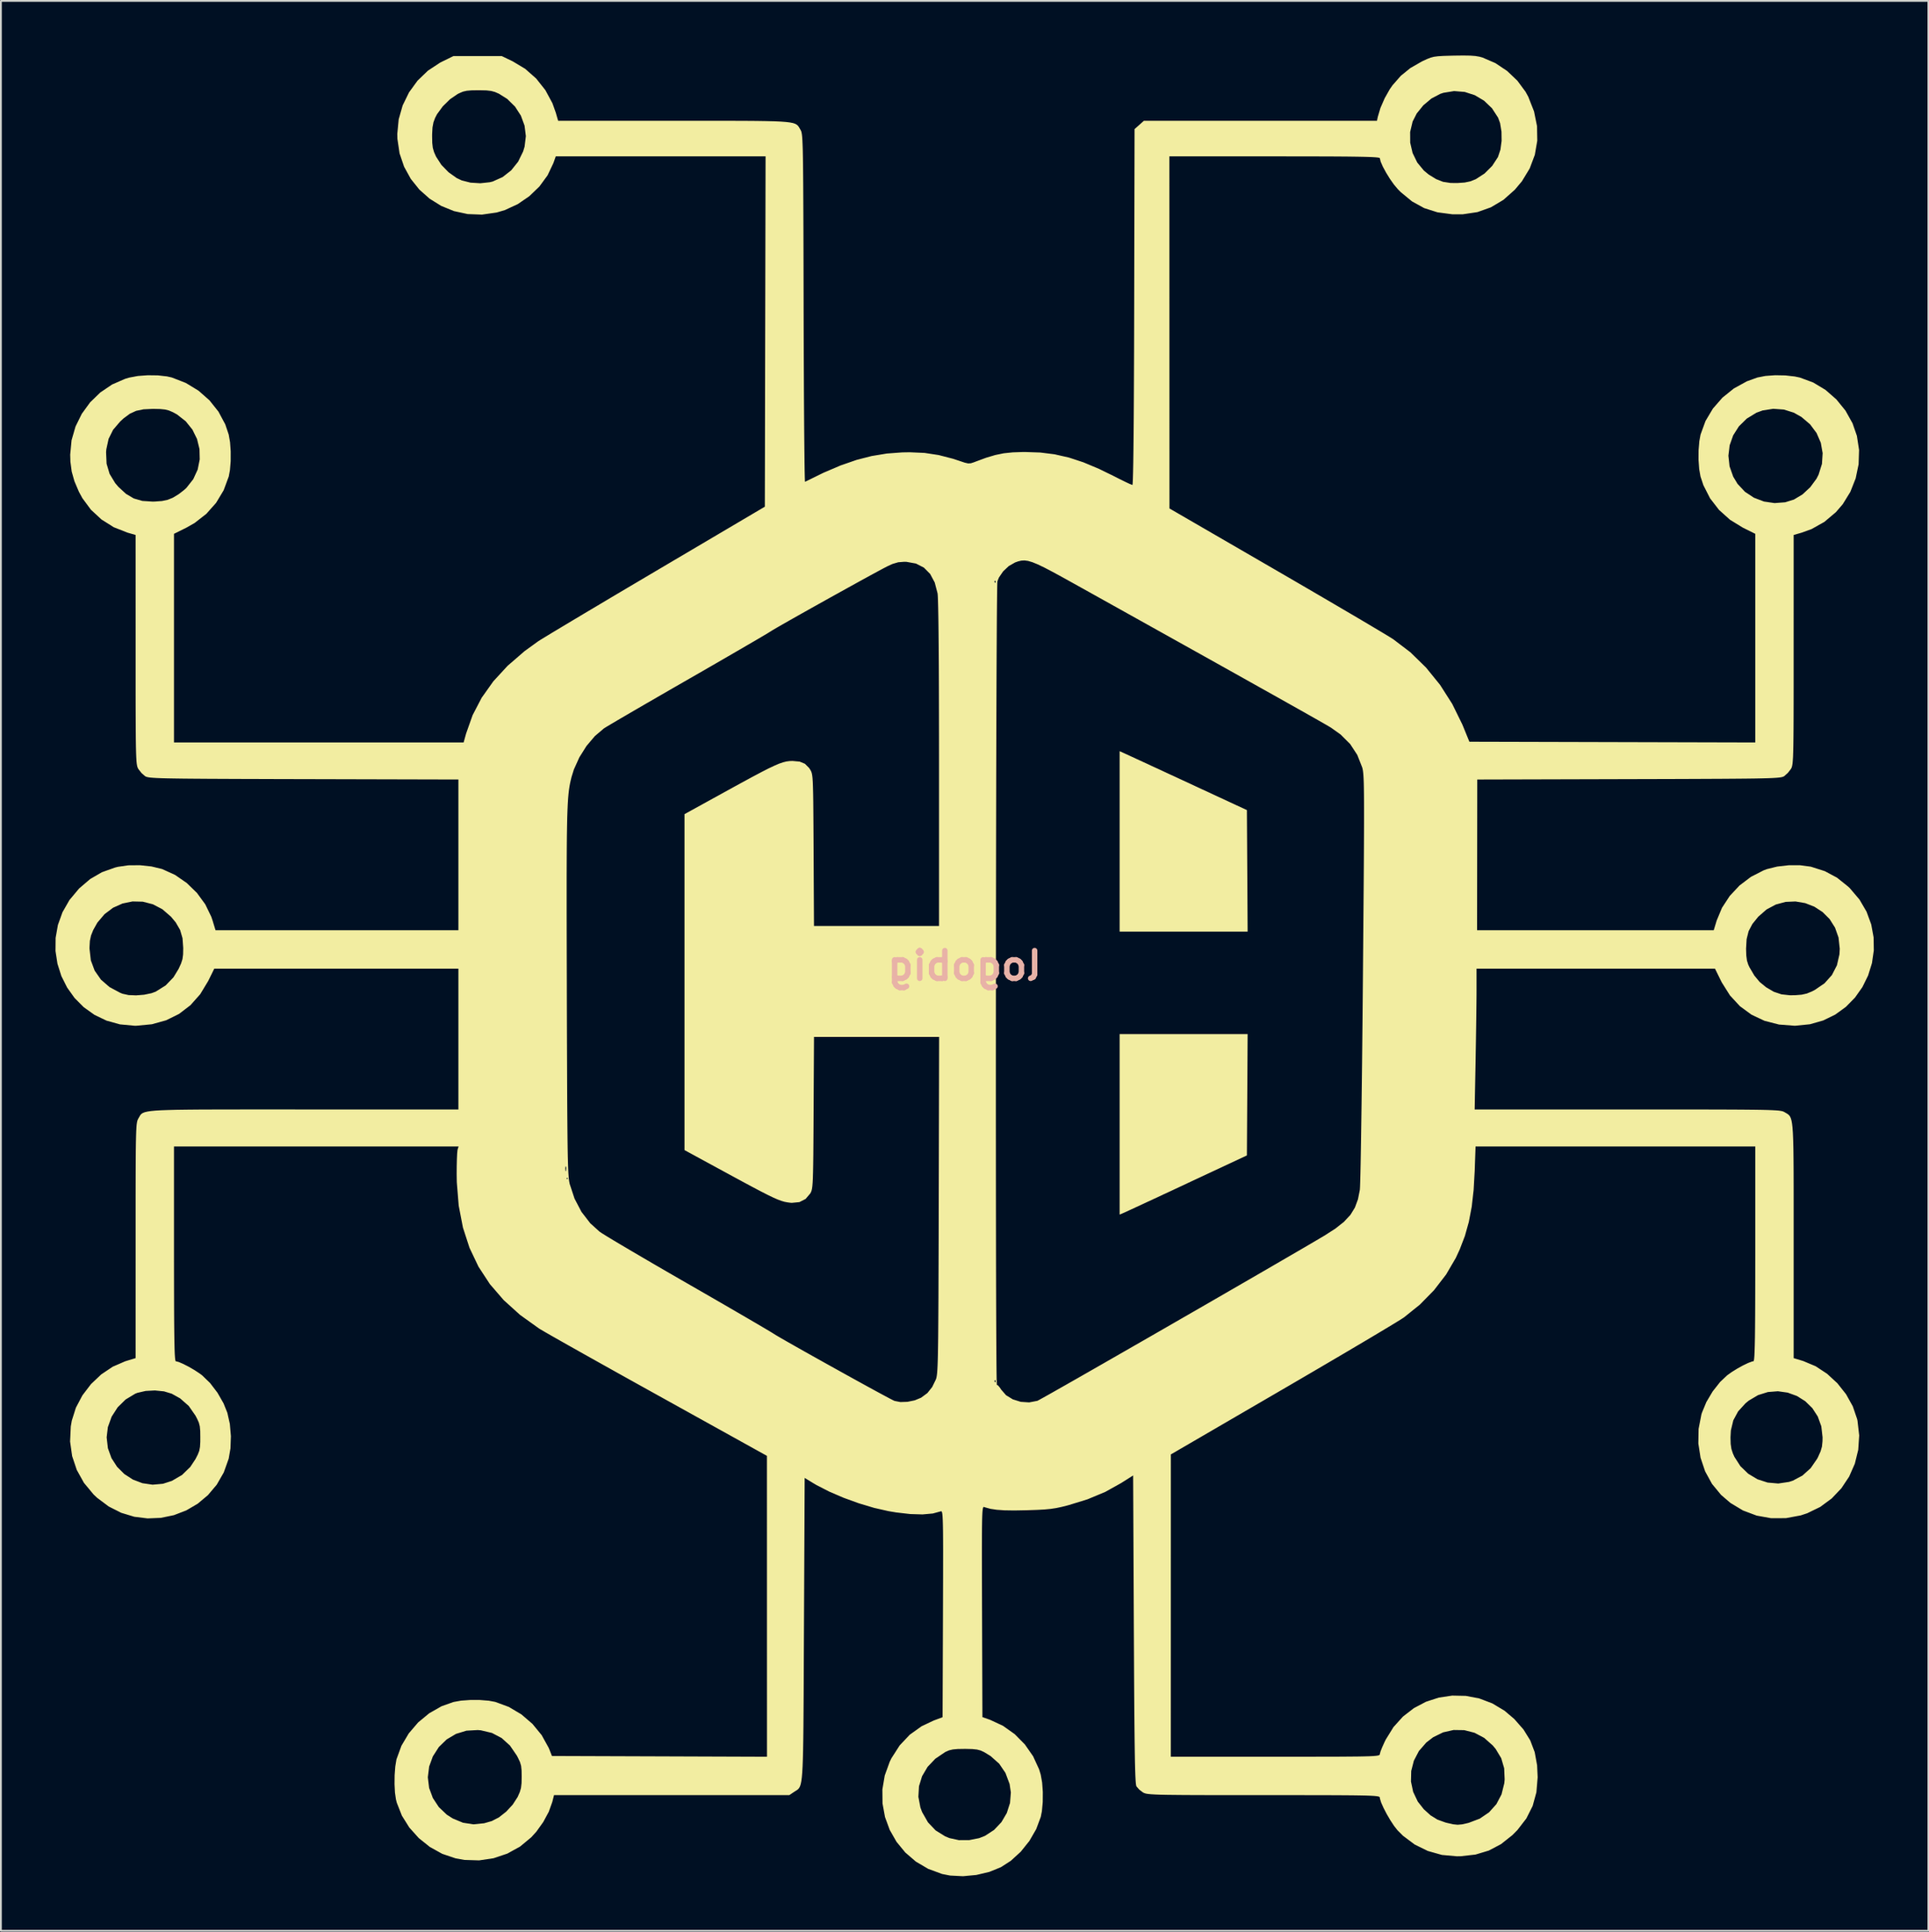
<source format=kicad_pcb>
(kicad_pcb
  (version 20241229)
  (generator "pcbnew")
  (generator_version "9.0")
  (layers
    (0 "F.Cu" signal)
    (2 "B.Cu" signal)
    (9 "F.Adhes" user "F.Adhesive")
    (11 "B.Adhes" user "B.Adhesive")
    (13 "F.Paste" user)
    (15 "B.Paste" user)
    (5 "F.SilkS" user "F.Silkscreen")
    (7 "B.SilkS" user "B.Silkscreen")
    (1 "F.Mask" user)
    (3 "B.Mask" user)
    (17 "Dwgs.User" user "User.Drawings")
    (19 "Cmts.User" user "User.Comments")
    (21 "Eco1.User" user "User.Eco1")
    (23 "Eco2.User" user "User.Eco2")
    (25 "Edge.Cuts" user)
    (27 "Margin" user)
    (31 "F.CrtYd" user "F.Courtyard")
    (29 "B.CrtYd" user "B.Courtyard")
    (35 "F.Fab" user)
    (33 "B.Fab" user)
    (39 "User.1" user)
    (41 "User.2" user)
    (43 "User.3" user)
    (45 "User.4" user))
  (footprint "logobig"
    (layer "F.Cu")
    (at 49.967 50.011)
    (property "Reference" "logobig" (at 0 0 0) (layer "B.SilkS") (effects (font (size 1.524 1.524) (thickness 0.3)) (justify mirror)))
    (attr board_only exclude_from_pos_files exclude_from_bom)
    (fp_poly (pts (xy 9.203 -11.478) (xy 9.429 -11.374) (xy 9.776 -11.214) (xy 10.224 -11.006) (xy 10.754 -10.761) (xy 11.343 -10.488) (xy 11.973 -10.197) (xy 12.622 -9.896) (xy 12.7 -9.859) (xy 15.514 -8.554) (xy 15.534 -5.215) (xy 15.554 -1.876) (xy 8.519 -1.876) (xy 8.519 -11.792)) (stroke (width 0) (type solid)) (fill yes) (layer "F.SilkS"))
    (fp_poly (pts (xy 15.534 7.085) (xy 15.514 10.418) (xy 12.27 11.934) (xy 11.597 12.249) (xy 10.959 12.546) (xy 10.374 12.819) (xy 9.856 13.06) (xy 9.42 13.262) (xy 9.083 13.418) (xy 8.859 13.521) (xy 8.773 13.56) (xy 8.519 13.669) (xy 8.519 3.751) (xy 15.554 3.751)) (stroke (width 0) (type solid)) (fill yes) (layer "F.SilkS"))
    (fp_poly (pts (xy 27.782 -50.005) (xy 28.068 -49.984) (xy 28.296 -49.945) (xy 28.469 -49.897) (xy 29.17 -49.594) (xy 29.815 -49.163) (xy 30.377 -48.63) (xy 30.829 -48.019) (xy 30.979 -47.744) (xy 31.295 -46.94) (xy 31.459 -46.132) (xy 31.473 -45.332) (xy 31.338 -44.553) (xy 31.057 -43.806) (xy 30.63 -43.103) (xy 30.236 -42.634) (xy 29.612 -42.081) (xy 28.927 -41.672) (xy 28.182 -41.407) (xy 27.378 -41.287) (xy 26.807 -41.287) (xy 25.988 -41.396) (xy 25.255 -41.629) (xy 24.587 -41.997) (xy 23.967 -42.508) (xy 23.808 -42.668) (xy 23.596 -42.921) (xy 23.374 -43.235) (xy 23.165 -43.574) (xy 22.988 -43.9) (xy 22.867 -44.177) (xy 22.821 -44.368) (xy 22.821 -44.37) (xy 22.794 -44.389) (xy 22.707 -44.406) (xy 22.551 -44.42) (xy 22.317 -44.433) (xy 21.995 -44.443) (xy 21.577 -44.451) (xy 21.054 -44.458) (xy 20.416 -44.463) (xy 19.655 -44.466) (xy 18.76 -44.468) (xy 17.724 -44.469) (xy 17.038 -44.47) (xy 11.254 -44.47) (xy 11.256 -34.798) (xy 11.258 -25.126) (xy 17.058 -21.766) (xy 17.951 -21.248) (xy 18.818 -20.743) (xy 19.648 -20.259) (xy 20.43 -19.801) (xy 21.152 -19.378) (xy 21.803 -18.995) (xy 22.371 -18.658) (xy 22.845 -18.376) (xy 23.214 -18.154) (xy 23.465 -18) (xy 23.556 -17.942) (xy 24.496 -17.227) (xy 25.358 -16.386) (xy 26.13 -15.435) (xy 26.798 -14.389) (xy 27.351 -13.264) (xy 27.407 -13.13) (xy 27.742 -12.309) (xy 35.598 -12.289) (xy 43.454 -12.269) (xy 43.454 -23.733) (xy 42.776 -24.069) (xy 42.069 -24.502) (xy 41.463 -25.045) (xy 40.97 -25.683) (xy 40.604 -26.401) (xy 40.443 -26.886) (xy 40.371 -27.296) (xy 40.336 -27.797) (xy 40.337 -28.024) (xy 41.978 -28.024) (xy 42.041 -27.442) (xy 42.241 -26.874) (xy 42.481 -26.476) (xy 42.887 -26.042) (xy 43.381 -25.716) (xy 43.934 -25.506) (xy 44.516 -25.42) (xy 45.099 -25.465) (xy 45.582 -25.617) (xy 46.05 -25.898) (xy 46.476 -26.293) (xy 46.818 -26.758) (xy 46.934 -26.984) (xy 47.119 -27.573) (xy 47.157 -28.163) (xy 47.056 -28.736) (xy 46.823 -29.271) (xy 46.466 -29.749) (xy 45.994 -30.151) (xy 45.573 -30.389) (xy 45.026 -30.56) (xy 44.44 -30.601) (xy 43.862 -30.512) (xy 43.52 -30.388) (xy 42.984 -30.061) (xy 42.555 -29.639) (xy 42.241 -29.145) (xy 42.047 -28.599) (xy 41.978 -28.024) (xy 40.337 -28.024) (xy 40.339 -28.327) (xy 40.38 -28.824) (xy 40.447 -29.186) (xy 40.72 -29.933) (xy 41.126 -30.614) (xy 41.65 -31.214) (xy 42.276 -31.718) (xy 42.989 -32.11) (xy 43.571 -32.321) (xy 44.015 -32.407) (xy 44.547 -32.445) (xy 45.106 -32.435) (xy 45.632 -32.376) (xy 45.909 -32.317) (xy 46.643 -32.044) (xy 47.317 -31.638) (xy 47.912 -31.117) (xy 48.413 -30.5) (xy 48.8 -29.805) (xy 49.04 -29.115) (xy 49.159 -28.341) (xy 49.134 -27.554) (xy 48.972 -26.778) (xy 48.68 -26.039) (xy 48.265 -25.364) (xy 47.887 -24.924) (xy 47.253 -24.389) (xy 46.551 -23.994) (xy 46.013 -23.799) (xy 45.564 -23.67) (xy 45.563 -17.364) (xy 45.563 -16.223) (xy 45.563 -15.228) (xy 45.562 -14.369) (xy 45.56 -13.634) (xy 45.557 -13.014) (xy 45.552 -12.498) (xy 45.546 -12.075) (xy 45.538 -11.736) (xy 45.529 -11.47) (xy 45.516 -11.265) (xy 45.502 -11.113) (xy 45.484 -11.002) (xy 45.464 -10.921) (xy 45.44 -10.862) (xy 45.413 -10.812) (xy 45.411 -10.809) (xy 45.244 -10.596) (xy 45.051 -10.424) (xy 45.043 -10.418) (xy 45.003 -10.396) (xy 44.948 -10.376) (xy 44.87 -10.358) (xy 44.759 -10.343) (xy 44.607 -10.329) (xy 44.405 -10.317) (xy 44.144 -10.307) (xy 43.814 -10.298) (xy 43.408 -10.29) (xy 42.915 -10.284) (xy 42.328 -10.279) (xy 41.637 -10.274) (xy 40.833 -10.27) (xy 39.907 -10.266) (xy 38.85 -10.262) (xy 37.654 -10.259) (xy 36.501 -10.256) (xy 28.174 -10.234) (xy 28.169 -6.094) (xy 28.164 -1.954) (xy 41.172 -1.954) (xy 41.333 -2.485) (xy 41.626 -3.188) (xy 42.051 -3.837) (xy 42.587 -4.41) (xy 43.213 -4.885) (xy 43.91 -5.242) (xy 44.1 -5.313) (xy 44.659 -5.452) (xy 45.288 -5.523) (xy 45.922 -5.523) (xy 46.493 -5.448) (xy 46.529 -5.439) (xy 47.283 -5.197) (xy 47.949 -4.84) (xy 48.561 -4.349) (xy 48.658 -4.256) (xy 49.183 -3.637) (xy 49.571 -2.972) (xy 49.827 -2.275) (xy 49.958 -1.562) (xy 49.969 -0.847) (xy 49.867 -0.143) (xy 49.656 0.533) (xy 49.344 1.168) (xy 48.935 1.747) (xy 48.436 2.256) (xy 47.853 2.679) (xy 47.191 3.003) (xy 46.457 3.212) (xy 45.656 3.292) (xy 45.619 3.293) (xy 44.759 3.227) (xy 43.965 3.024) (xy 43.247 2.686) (xy 42.611 2.22) (xy 42.065 1.63) (xy 41.618 0.921) (xy 41.577 0.84) (xy 41.24 0.156) (xy 28.135 0.156) (xy 28.135 1.27) (xy 28.134 1.623) (xy 28.129 2.103) (xy 28.122 2.683) (xy 28.113 3.333) (xy 28.103 4.026) (xy 28.091 4.732) (xy 28.084 5.139) (xy 28.032 7.894) (xy 36.427 7.894) (xy 37.754 7.894) (xy 38.934 7.894) (xy 39.975 7.895) (xy 40.887 7.896) (xy 41.679 7.898) (xy 42.359 7.901) (xy 42.937 7.905) (xy 43.421 7.91) (xy 43.821 7.916) (xy 44.145 7.924) (xy 44.403 7.934) (xy 44.602 7.945) (xy 44.754 7.958) (xy 44.865 7.974) (xy 44.946 7.991) (xy 45.004 8.012) (xy 45.051 8.034) (xy 45.071 8.047) (xy 45.158 8.097) (xy 45.233 8.143) (xy 45.298 8.196) (xy 45.355 8.264) (xy 45.402 8.358) (xy 45.442 8.489) (xy 45.475 8.665) (xy 45.501 8.898) (xy 45.522 9.198) (xy 45.537 9.573) (xy 45.549 10.035) (xy 45.556 10.594) (xy 45.561 11.259) (xy 45.563 12.041) (xy 45.564 12.949) (xy 45.564 13.995) (xy 45.564 15.111) (xy 45.564 21.555) (xy 46.094 21.716) (xy 46.769 21.999) (xy 47.4 22.413) (xy 47.966 22.934) (xy 48.444 23.538) (xy 48.814 24.202) (xy 49.053 24.902) (xy 49.073 24.994) (xy 49.166 25.803) (xy 49.113 26.595) (xy 48.926 27.355) (xy 48.614 28.064) (xy 48.186 28.707) (xy 47.652 29.268) (xy 47.023 29.731) (xy 46.308 30.078) (xy 45.95 30.196) (xy 45.135 30.347) (xy 44.323 30.349) (xy 43.531 30.207) (xy 42.78 29.926) (xy 42.087 29.509) (xy 41.573 29.068) (xy 41.076 28.464) (xy 40.699 27.777) (xy 40.447 27.028) (xy 40.325 26.243) (xy 40.331 25.908) (xy 42.093 25.908) (xy 42.103 26.27) (xy 42.143 26.544) (xy 42.225 26.795) (xy 42.308 26.979) (xy 42.638 27.493) (xy 43.068 27.907) (xy 43.574 28.21) (xy 44.132 28.392) (xy 44.719 28.444) (xy 45.309 28.356) (xy 45.514 28.289) (xy 46.045 28.009) (xy 46.499 27.6) (xy 46.857 27.081) (xy 46.902 26.993) (xy 47.043 26.68) (xy 47.119 26.416) (xy 47.149 26.12) (xy 47.153 25.908) (xy 47.084 25.301) (xy 46.889 24.762) (xy 46.588 24.299) (xy 46.199 23.92) (xy 45.742 23.634) (xy 45.235 23.45) (xy 44.698 23.375) (xy 44.149 23.418) (xy 43.608 23.587) (xy 43.094 23.891) (xy 42.914 24.04) (xy 42.51 24.484) (xy 42.247 24.972) (xy 42.114 25.527) (xy 42.093 25.908) (xy 40.331 25.908) (xy 40.339 25.443) (xy 40.493 24.652) (xy 40.522 24.558) (xy 40.767 23.966) (xy 41.112 23.385) (xy 41.523 22.864) (xy 41.912 22.497) (xy 42.166 22.316) (xy 42.469 22.128) (xy 42.783 21.955) (xy 43.067 21.819) (xy 43.283 21.739) (xy 43.356 21.727) (xy 43.375 21.697) (xy 43.391 21.603) (xy 43.405 21.435) (xy 43.417 21.185) (xy 43.427 20.844) (xy 43.436 20.404) (xy 43.442 19.854) (xy 43.447 19.188) (xy 43.45 18.396) (xy 43.452 17.469) (xy 43.453 16.399) (xy 43.454 15.826) (xy 43.454 9.926) (xy 28.081 9.926) (xy 28.034 11.274) (xy 27.975 12.318) (xy 27.869 13.242) (xy 27.711 14.073) (xy 27.495 14.843) (xy 27.212 15.581) (xy 26.995 16.05) (xy 26.463 16.96) (xy 25.797 17.824) (xy 25.017 18.618) (xy 24.147 19.317) (xy 23.992 19.418) (xy 23.713 19.591) (xy 23.32 19.829) (xy 22.824 20.127) (xy 22.236 20.478) (xy 21.566 20.874) (xy 20.827 21.311) (xy 20.027 21.781) (xy 19.178 22.279) (xy 18.292 22.797) (xy 17.446 23.29) (xy 11.334 26.846) (xy 11.333 35.15) (xy 11.332 43.454) (xy 17.077 43.454) (xy 18.161 43.453) (xy 19.1 43.453) (xy 19.904 43.452) (xy 20.583 43.45) (xy 21.147 43.446) (xy 21.608 43.442) (xy 21.975 43.435) (xy 22.26 43.427) (xy 22.473 43.416) (xy 22.624 43.402) (xy 22.723 43.386) (xy 22.782 43.367) (xy 22.811 43.344) (xy 22.82 43.318) (xy 22.821 43.306) (xy 22.855 43.174) (xy 22.945 42.943) (xy 23.075 42.654) (xy 23.145 42.512) (xy 23.57 41.825) (xy 24.091 41.248) (xy 24.692 40.784) (xy 25.354 40.435) (xy 26.062 40.205) (xy 26.797 40.095) (xy 27.543 40.11) (xy 28.282 40.251) (xy 28.997 40.522) (xy 29.671 40.924) (xy 30.21 41.382) (xy 30.716 41.959) (xy 31.087 42.557) (xy 31.332 43.204) (xy 31.464 43.926) (xy 31.494 44.584) (xy 31.425 45.407) (xy 31.219 46.158) (xy 30.872 46.847) (xy 30.379 47.485) (xy 30.105 47.761) (xy 29.482 48.255) (xy 28.812 48.609) (xy 28.078 48.829) (xy 27.264 48.921) (xy 27.054 48.924) (xy 26.234 48.85) (xy 25.455 48.631) (xy 24.735 48.277) (xy 24.092 47.796) (xy 23.791 47.495) (xy 23.603 47.255) (xy 23.399 46.946) (xy 23.199 46.604) (xy 23.024 46.267) (xy 22.892 45.97) (xy 22.825 45.752) (xy 22.821 45.705) (xy 22.815 45.679) (xy 22.792 45.657) (xy 22.742 45.638) (xy 22.654 45.622) (xy 22.518 45.608) (xy 22.325 45.597) (xy 22.065 45.587) (xy 21.727 45.58) (xy 21.302 45.574) (xy 20.78 45.57) (xy 20.151 45.567) (xy 19.405 45.565) (xy 18.532 45.564) (xy 17.522 45.564) (xy 16.432 45.563) (xy 15.283 45.563) (xy 14.28 45.563) (xy 13.412 45.562) (xy 12.67 45.56) (xy 12.043 45.557) (xy 11.52 45.552) (xy 11.091 45.547) (xy 10.746 45.539) (xy 10.474 45.529) (xy 10.265 45.517) (xy 10.108 45.503) (xy 9.994 45.486) (xy 9.912 45.466) (xy 9.851 45.442) (xy 9.801 45.416) (xy 9.794 45.411) (xy 9.596 45.259) (xy 9.45 45.092) (xy 9.442 45.079) (xy 9.425 45.023) (xy 9.41 44.911) (xy 9.402 44.816) (xy 24.531 44.816) (xy 24.651 45.384) (xy 24.905 45.918) (xy 25.235 46.337) (xy 25.609 46.676) (xy 25.984 46.907) (xy 26.42 47.066) (xy 26.533 47.095) (xy 26.851 47.166) (xy 27.095 47.191) (xy 27.335 47.17) (xy 27.642 47.102) (xy 27.709 47.085) (xy 28.314 46.855) (xy 28.824 46.508) (xy 29.226 46.059) (xy 29.509 45.521) (xy 29.661 44.908) (xy 29.68 44.704) (xy 29.653 44.086) (xy 29.492 43.536) (xy 29.187 43.028) (xy 29.026 42.836) (xy 28.555 42.419) (xy 28.025 42.138) (xy 27.458 41.993) (xy 26.875 41.985) (xy 26.299 42.115) (xy 25.751 42.383) (xy 25.373 42.674) (xy 24.966 43.143) (xy 24.69 43.672) (xy 24.545 44.238) (xy 24.531 44.816) (xy 9.402 44.816) (xy 9.396 44.735) (xy 9.383 44.487) (xy 9.372 44.161) (xy 9.361 43.748) (xy 9.352 43.24) (xy 9.343 42.629) (xy 9.335 41.909) (xy 9.327 41.07) (xy 9.32 40.106) (xy 9.313 39.009) (xy 9.307 37.77) (xy 9.3 36.45) (xy 9.261 28.001) (xy 8.608 28.415) (xy 7.73 28.904) (xy 6.755 29.311) (xy 5.705 29.635) (xy 5.351 29.724) (xy 5.042 29.79) (xy 4.738 29.837) (xy 4.399 29.87) (xy 3.988 29.893) (xy 3.464 29.911) (xy 3.396 29.913) (xy 2.729 29.925) (xy 2.194 29.917) (xy 1.765 29.887) (xy 1.421 29.835) (xy 1.136 29.757) (xy 1.074 29.734) (xy 1.048 29.73) (xy 1.026 29.747) (xy 1.007 29.795) (xy 0.991 29.885) (xy 0.978 30.026) (xy 0.968 30.229) (xy 0.96 30.504) (xy 0.954 30.862) (xy 0.951 31.313) (xy 0.949 31.868) (xy 0.949 32.536) (xy 0.95 33.327) (xy 0.953 34.254) (xy 0.956 35.324) (xy 0.957 35.479) (xy 0.977 41.277) (xy 1.402 41.427) (xy 2.11 41.757) (xy 2.753 42.214) (xy 3.311 42.779) (xy 3.763 43.428) (xy 4.091 44.141) (xy 4.182 44.437) (xy 4.26 44.873) (xy 4.297 45.394) (xy 4.293 45.937) (xy 4.248 46.44) (xy 4.186 46.756) (xy 3.934 47.431) (xy 3.559 48.081) (xy 3.086 48.671) (xy 2.541 49.17) (xy 1.993 49.523) (xy 1.354 49.783) (xy 0.644 49.949) (xy -0.089 50.018) (xy -0.796 49.982) (xy -1.241 49.895) (xy -2.004 49.614) (xy -2.68 49.216) (xy -3.262 48.715) (xy -3.744 48.128) (xy -4.118 47.473) (xy -4.377 46.765) (xy -4.513 46.02) (xy -4.517 45.657) (xy -2.542 45.657) (xy -2.431 46.244) (xy -2.336 46.497) (xy -2.014 47.061) (xy -1.593 47.503) (xy -1.071 47.828) (xy -0.834 47.925) (xy -0.316 48.037) (xy 0.247 48.036) (xy 0.799 47.927) (xy 1.12 47.801) (xy 1.618 47.476) (xy 2.022 47.049) (xy 2.318 46.546) (xy 2.495 45.992) (xy 2.54 45.416) (xy 2.471 44.951) (xy 2.245 44.346) (xy 1.899 43.837) (xy 1.427 43.417) (xy 1.072 43.2) (xy 0.882 43.113) (xy 0.681 43.06) (xy 0.422 43.033) (xy 0.059 43.024) (xy 0 43.024) (xy -0.38 43.03) (xy -0.65 43.055) (xy -0.857 43.104) (xy -1.046 43.186) (xy -1.072 43.2) (xy -1.612 43.565) (xy -2.036 44.012) (xy -2.338 44.522) (xy -2.509 45.077) (xy -2.542 45.657) (xy -4.517 45.657) (xy -4.521 45.255) (xy -4.391 44.487) (xy -4.118 43.731) (xy -4.023 43.538) (xy -3.57 42.832) (xy -3.015 42.244) (xy -2.363 41.778) (xy -1.702 41.466) (xy -1.211 41.282) (xy -1.191 35.599) (xy -1.188 34.519) (xy -1.185 33.586) (xy -1.184 32.788) (xy -1.183 32.115) (xy -1.185 31.557) (xy -1.188 31.103) (xy -1.194 30.743) (xy -1.202 30.466) (xy -1.212 30.262) (xy -1.225 30.121) (xy -1.241 30.032) (xy -1.26 29.984) (xy -1.282 29.968) (xy -1.308 29.972) (xy -1.309 29.972) (xy -1.748 30.091) (xy -2.314 30.141) (xy -2.992 30.121) (xy -3.767 30.032) (xy -4.181 29.963) (xy -4.972 29.783) (xy -5.811 29.532) (xy -6.651 29.228) (xy -7.444 28.887) (xy -8.143 28.528) (xy -8.323 28.422) (xy -8.792 28.136) (xy -8.831 36.44) (xy -8.838 37.785) (xy -8.843 38.982) (xy -8.848 40.041) (xy -8.854 40.971) (xy -8.86 41.779) (xy -8.868 42.476) (xy -8.878 43.069) (xy -8.891 43.568) (xy -8.906 43.982) (xy -8.925 44.319) (xy -8.948 44.588) (xy -8.976 44.798) (xy -9.009 44.959) (xy -9.047 45.078) (xy -9.092 45.165) (xy -9.144 45.229) (xy -9.202 45.278) (xy -9.269 45.321) (xy -9.344 45.368) (xy -9.37 45.385) (xy -9.636 45.564) (xy -22.568 45.564) (xy -22.661 45.935) (xy -22.855 46.477) (xy -23.158 47.039) (xy -23.538 47.571) (xy -23.818 47.88) (xy -24.435 48.391) (xy -25.133 48.776) (xy -25.89 49.031) (xy -26.683 49.149) (xy -27.491 49.124) (xy -27.975 49.038) (xy -28.711 48.789) (xy -29.393 48.411) (xy -30.002 47.923) (xy -30.521 47.344) (xy -30.929 46.692) (xy -31.207 45.986) (xy -31.255 45.798) (xy -31.309 45.428) (xy -31.333 44.965) (xy -31.329 44.584) (xy -29.503 44.584) (xy -29.432 45.169) (xy -29.227 45.723) (xy -28.9 46.22) (xy -28.461 46.637) (xy -28.142 46.842) (xy -27.573 47.08) (xy -27.001 47.168) (xy -26.406 47.109) (xy -25.991 46.99) (xy -25.593 46.785) (xy -25.195 46.471) (xy -24.84 46.088) (xy -24.574 45.677) (xy -24.563 45.657) (xy -24.45 45.401) (xy -24.383 45.17) (xy -24.352 44.901) (xy -24.345 44.548) (xy -24.351 44.204) (xy -24.377 43.956) (xy -24.438 43.746) (xy -24.548 43.512) (xy -24.613 43.389) (xy -24.987 42.843) (xy -25.444 42.428) (xy -25.98 42.147) (xy -26.593 42.002) (xy -26.76 41.988) (xy -27.38 42.023) (xy -27.955 42.199) (xy -28.466 42.502) (xy -28.896 42.919) (xy -29.228 43.437) (xy -29.43 43.992) (xy -29.503 44.584) (xy -31.329 44.584) (xy -31.328 44.469) (xy -31.293 44) (xy -31.231 43.619) (xy -31.223 43.587) (xy -30.954 42.851) (xy -30.552 42.174) (xy -30.039 41.573) (xy -29.431 41.069) (xy -28.75 40.681) (xy -28.092 40.447) (xy -27.675 40.373) (xy -27.171 40.337) (xy -26.643 40.338) (xy -26.152 40.377) (xy -25.794 40.443) (xy -25.047 40.72) (xy -24.359 41.129) (xy -23.752 41.651) (xy -23.246 42.268) (xy -22.862 42.962) (xy -22.804 43.102) (xy -22.682 43.414) (xy -16.773 43.434) (xy -10.863 43.455) (xy -10.865 35.189) (xy -10.866 26.924) (xy -16.853 23.602) (xy -17.761 23.098) (xy -18.639 22.61) (xy -19.477 22.142) (xy -20.264 21.702) (xy -20.989 21.296) (xy -21.641 20.929) (xy -22.208 20.609) (xy -22.68 20.341) (xy -23.046 20.131) (xy -23.294 19.986) (xy -23.397 19.923) (xy -24.434 19.18) (xy -25.332 18.369) (xy -26.093 17.488) (xy -26.719 16.531) (xy -27.212 15.496) (xy -27.574 14.38) (xy -27.806 13.177) (xy -27.911 11.885) (xy -27.914 11.684) (xy -21.883 11.684) (xy -21.844 11.723) (xy -21.805 11.684) (xy -21.844 11.645) (xy -21.883 11.684) (xy -27.914 11.684) (xy -27.918 11.442) (xy -27.916 11.137) (xy -21.946 11.137) (xy -21.938 11.27) (xy -21.913 11.282) (xy -21.91 11.275) (xy -21.895 11.12) (xy -21.907 11.041) (xy -21.932 11.009) (xy -21.945 11.113) (xy -21.946 11.137) (xy -27.916 11.137) (xy -27.915 11.016) (xy -27.906 10.635) (xy -27.892 10.331) (xy -27.874 10.137) (xy -27.866 10.094) (xy -27.812 9.926) (xy -43.454 9.926) (xy -43.454 15.826) (xy -43.453 16.969) (xy -43.451 17.964) (xy -43.449 18.82) (xy -43.445 19.547) (xy -43.439 20.151) (xy -43.432 20.644) (xy -43.423 21.032) (xy -43.412 21.325) (xy -43.398 21.531) (xy -43.383 21.66) (xy -43.365 21.72) (xy -43.356 21.727) (xy -43.192 21.768) (xy -42.94 21.877) (xy -42.637 22.033) (xy -42.323 22.215) (xy -42.038 22.403) (xy -41.912 22.497) (xy -41.471 22.923) (xy -41.066 23.453) (xy -40.731 24.038) (xy -40.522 24.558) (xy -40.384 25.17) (xy -40.326 25.844) (xy -40.35 26.513) (xy -40.447 27.076) (xy -40.719 27.837) (xy -41.104 28.507) (xy -41.587 29.08) (xy -42.152 29.554) (xy -42.782 29.923) (xy -43.461 30.183) (xy -44.175 30.33) (xy -44.905 30.361) (xy -45.637 30.27) (xy -46.355 30.053) (xy -47.042 29.706) (xy -47.683 29.226) (xy -47.876 29.043) (xy -48.404 28.406) (xy -48.798 27.697) (xy -49.053 26.934) (xy -49.165 26.134) (xy -49.154 25.907) (xy -47.155 25.907) (xy -47.087 26.505) (xy -46.89 27.049) (xy -46.582 27.526) (xy -46.183 27.923) (xy -45.712 28.228) (xy -45.189 28.427) (xy -44.632 28.508) (xy -44.06 28.458) (xy -43.572 28.3) (xy -43.012 27.974) (xy -42.56 27.535) (xy -42.276 27.106) (xy -42.146 26.853) (xy -42.066 26.648) (xy -42.025 26.434) (xy -42.009 26.156) (xy -42.008 25.908) (xy -42.012 25.557) (xy -42.035 25.307) (xy -42.087 25.102) (xy -42.183 24.887) (xy -42.276 24.71) (xy -42.644 24.182) (xy -43.116 23.767) (xy -43.577 23.51) (xy -44.003 23.381) (xy -44.503 23.331) (xy -45.012 23.358) (xy -45.468 23.463) (xy -45.584 23.509) (xy -46.113 23.828) (xy -46.551 24.258) (xy -46.882 24.773) (xy -47.089 25.348) (xy -47.155 25.907) (xy -49.154 25.907) (xy -49.127 25.313) (xy -49.072 24.994) (xy -48.846 24.278) (xy -48.487 23.6) (xy -48.017 22.984) (xy -47.456 22.452) (xy -46.823 22.027) (xy -46.142 21.731) (xy -46.094 21.716) (xy -45.564 21.555) (xy -45.563 15.096) (xy -45.563 13.94) (xy -45.563 12.931) (xy -45.562 12.057) (xy -45.56 11.308) (xy -45.557 10.675) (xy -45.553 10.146) (xy -45.547 9.712) (xy -45.539 9.361) (xy -45.53 9.085) (xy -45.518 8.872) (xy -45.504 8.712) (xy -45.487 8.595) (xy -45.467 8.511) (xy -45.444 8.449) (xy -45.418 8.398) (xy -45.411 8.386) (xy -45.367 8.31) (xy -45.329 8.242) (xy -45.288 8.182) (xy -45.235 8.129) (xy -45.161 8.083) (xy -45.057 8.043) (xy -44.916 8.01) (xy -44.727 7.981) (xy -44.483 7.958) (xy -44.174 7.939) (xy -43.793 7.925) (xy -43.329 7.913) (xy -42.775 7.905) (xy -42.122 7.899) (xy -41.361 7.896) (xy -40.483 7.894) (xy -39.48 7.893) (xy -38.343 7.893) (xy -37.062 7.893) (xy -36.306 7.894) (xy -27.823 7.894) (xy -27.823 0.156) (xy -41.24 0.156) (xy -41.577 0.84) (xy -42.014 1.562) (xy -42.549 2.164) (xy -43.176 2.644) (xy -43.887 2.995) (xy -44.673 3.212) (xy -45.526 3.293) (xy -45.619 3.293) (xy -46.423 3.218) (xy -47.161 3.014) (xy -47.826 2.695) (xy -48.413 2.276) (xy -48.916 1.771) (xy -49.328 1.195) (xy -49.645 0.562) (xy -49.859 -0.113) (xy -49.967 -0.816) (xy -49.965 -0.938) (xy -48.097 -0.938) (xy -48.025 -0.301) (xy -47.814 0.267) (xy -47.47 0.759) (xy -46.999 1.169) (xy -46.405 1.487) (xy -46.279 1.537) (xy -45.949 1.608) (xy -45.535 1.624) (xy -45.096 1.589) (xy -44.693 1.507) (xy -44.458 1.42) (xy -43.913 1.079) (xy -43.483 0.633) (xy -43.203 0.174) (xy -43.067 -0.122) (xy -42.989 -0.366) (xy -42.954 -0.628) (xy -42.947 -0.975) (xy -42.986 -1.515) (xy -43.117 -1.967) (xy -43.358 -2.383) (xy -43.619 -2.697) (xy -44.092 -3.107) (xy -44.616 -3.38) (xy -45.169 -3.522) (xy -45.732 -3.535) (xy -46.284 -3.422) (xy -46.804 -3.189) (xy -47.271 -2.837) (xy -47.666 -2.371) (xy -47.895 -1.963) (xy -48.014 -1.663) (xy -48.077 -1.373) (xy -48.097 -1.018) (xy -48.097 -0.938) (xy -49.965 -0.938) (xy -49.96 -1.531) (xy -49.834 -2.245) (xy -49.583 -2.943) (xy -49.201 -3.611) (xy -48.682 -4.233) (xy -48.658 -4.257) (xy -48.062 -4.766) (xy -47.42 -5.139) (xy -46.697 -5.397) (xy -46.536 -5.438) (xy -45.963 -5.52) (xy -45.324 -5.525) (xy -44.687 -5.457) (xy -44.118 -5.319) (xy -44.1 -5.313) (xy -43.396 -4.993) (xy -42.753 -4.549) (xy -42.192 -4.003) (xy -41.735 -3.377) (xy -41.403 -2.693) (xy -41.333 -2.485) (xy -41.172 -1.954) (xy -27.823 -1.954) (xy -27.823 -3.976) (xy -21.873 -3.976) (xy -21.873 -2.908) (xy -21.871 -1.711) (xy -21.868 -0.377) (xy -21.864 1.104) (xy -21.864 1.407) (xy -21.86 2.878) (xy -21.856 4.201) (xy -21.851 5.384) (xy -21.847 6.436) (xy -21.843 7.365) (xy -21.838 8.179) (xy -21.832 8.886) (xy -21.826 9.496) (xy -21.819 10.015) (xy -21.811 10.453) (xy -21.801 10.818) (xy -21.791 11.118) (xy -21.78 11.362) (xy -21.766 11.557) (xy -21.752 11.712) (xy -21.736 11.835) (xy -21.717 11.935) (xy -21.705 11.99) (xy -21.439 12.794) (xy -21.059 13.519) (xy -20.576 14.145) (xy -20.066 14.606) (xy -19.927 14.699) (xy -19.665 14.862) (xy -19.293 15.087) (xy -18.823 15.367) (xy -18.269 15.694) (xy -17.642 16.061) (xy -16.957 16.461) (xy -16.225 16.885) (xy -15.46 17.326) (xy -15.279 17.43) (xy -14.509 17.873) (xy -13.77 18.299) (xy -13.075 18.701) (xy -12.436 19.072) (xy -11.866 19.403) (xy -11.378 19.689) (xy -10.985 19.92) (xy -10.699 20.09) (xy -10.532 20.192) (xy -10.512 20.205) (xy -10.359 20.3) (xy -10.091 20.457) (xy -9.725 20.667) (xy -9.278 20.921) (xy -8.767 21.209) (xy -8.21 21.521) (xy -7.623 21.849) (xy -7.024 22.182) (xy -6.43 22.512) (xy -5.857 22.828) (xy -5.324 23.121) (xy -4.846 23.382) (xy -4.442 23.6) (xy -4.128 23.768) (xy -3.921 23.874) (xy -3.851 23.906) (xy -3.531 23.968) (xy -3.141 23.955) (xy -2.743 23.874) (xy -2.4 23.733) (xy -2.389 23.727) (xy -2.047 23.474) (xy -1.786 23.147) (xy -1.626 22.821) (xy 1.641 22.821) (xy 1.67 22.885) (xy 1.693 22.873) (xy 1.703 22.78) (xy 1.693 22.769) (xy 1.647 22.78) (xy 1.641 22.821) (xy -1.626 22.821) (xy -1.581 22.728) (xy -1.56 22.669) (xy -1.542 22.593) (xy -1.526 22.491) (xy -1.511 22.356) (xy -1.498 22.178) (xy -1.487 21.949) (xy -1.477 21.661) (xy -1.468 21.305) (xy -1.461 20.873) (xy -1.454 20.355) (xy -1.449 19.743) (xy -1.444 19.03) (xy -1.439 18.205) (xy -1.436 17.262) (xy -1.432 16.19) (xy -1.428 14.982) (xy -1.425 13.63) (xy -1.424 13.149) (xy -1.408 6.596) (xy 1.717 6.596) (xy 1.717 8.141) (xy 1.718 9.651) (xy 1.719 11.12) (xy 1.72 12.538) (xy 1.722 13.9) (xy 1.724 15.197) (xy 1.726 16.422) (xy 1.729 17.566) (xy 1.732 18.624) (xy 1.736 19.586) (xy 1.74 20.446) (xy 1.744 21.196) (xy 1.749 21.828) (xy 1.754 22.335) (xy 1.76 22.709) (xy 1.766 22.942) (xy 1.772 23.028) (xy 1.773 23.028) (xy 1.839 23.057) (xy 1.947 23.19) (xy 2.007 23.283) (xy 2.276 23.592) (xy 2.648 23.82) (xy 3.084 23.956) (xy 3.546 23.987) (xy 3.994 23.902) (xy 4.086 23.855) (xy 4.304 23.735) (xy 4.637 23.549) (xy 5.073 23.302) (xy 5.604 23.001) (xy 6.219 22.651) (xy 6.907 22.258) (xy 7.658 21.828) (xy 8.462 21.367) (xy 9.309 20.881) (xy 10.188 20.377) (xy 11.088 19.859) (xy 12.001 19.333) (xy 12.915 18.807) (xy 13.82 18.285) (xy 14.706 17.773) (xy 15.562 17.278) (xy 16.378 16.806) (xy 17.145 16.361) (xy 17.85 15.951) (xy 18.486 15.582) (xy 19.04 15.258) (xy 19.502 14.986) (xy 19.773 14.826) (xy 20.377 14.439) (xy 20.846 14.068) (xy 21.199 13.69) (xy 21.45 13.283) (xy 21.619 12.826) (xy 21.721 12.309) (xy 21.73 12.167) (xy 21.74 11.878) (xy 21.752 11.451) (xy 21.764 10.896) (xy 21.776 10.223) (xy 21.789 9.44) (xy 21.802 8.556) (xy 21.816 7.582) (xy 21.829 6.527) (xy 21.843 5.4) (xy 21.856 4.21) (xy 21.869 2.966) (xy 21.881 1.679) (xy 21.89 0.664) (xy 21.903 -0.877) (xy 21.904 -0.938) (xy 42.949 -0.938) (xy 42.961 -0.563) (xy 42.997 -0.29) (xy 43.067 -0.065) (xy 43.134 0.078) (xy 43.404 0.538) (xy 43.695 0.888) (xy 44.045 1.176) (xy 44.053 1.182) (xy 44.475 1.428) (xy 44.893 1.568) (xy 45.366 1.619) (xy 45.644 1.615) (xy 46.005 1.587) (xy 46.289 1.524) (xy 46.575 1.406) (xy 46.725 1.328) (xy 47.259 0.963) (xy 47.666 0.509) (xy 47.942 -0.026) (xy 48.081 -0.632) (xy 48.097 -0.938) (xy 48.03 -1.552) (xy 47.838 -2.097) (xy 47.54 -2.567) (xy 47.155 -2.952) (xy 46.702 -3.247) (xy 46.2 -3.443) (xy 45.667 -3.534) (xy 45.123 -3.511) (xy 44.587 -3.367) (xy 44.076 -3.096) (xy 43.619 -2.697) (xy 43.294 -2.295) (xy 43.087 -1.9) (xy 42.979 -1.462) (xy 42.949 -0.938) (xy 21.904 -0.938) (xy 21.915 -2.27) (xy 21.925 -3.523) (xy 21.934 -4.642) (xy 21.941 -5.637) (xy 21.946 -6.515) (xy 21.95 -7.284) (xy 21.952 -7.952) (xy 21.952 -8.527) (xy 21.951 -9.016) (xy 21.948 -9.428) (xy 21.943 -9.77) (xy 21.937 -10.05) (xy 21.928 -10.276) (xy 21.918 -10.456) (xy 21.906 -10.599) (xy 21.892 -10.711) (xy 21.876 -10.8) (xy 21.858 -10.875) (xy 21.85 -10.902) (xy 21.58 -11.587) (xy 21.188 -12.185) (xy 20.664 -12.707) (xy 20.133 -13.085) (xy 19.996 -13.166) (xy 19.768 -13.298) (xy 19.445 -13.483) (xy 19.024 -13.721) (xy 18.502 -14.016) (xy 17.876 -14.368) (xy 17.143 -14.78) (xy 16.299 -15.252) (xy 15.343 -15.788) (xy 14.27 -16.388) (xy 13.078 -17.054) (xy 11.763 -17.788) (xy 10.322 -18.592) (xy 8.753 -19.467) (xy 7.051 -20.416) (xy 6.033 -20.983) (xy 5.366 -21.353) (xy 4.818 -21.651) (xy 4.372 -21.884) (xy 4.013 -22.056) (xy 3.725 -22.173) (xy 3.49 -22.243) (xy 3.292 -22.27) (xy 3.116 -22.26) (xy 2.944 -22.22) (xy 2.779 -22.162) (xy 2.43 -21.965) (xy 2.117 -21.671) (xy 1.884 -21.331) (xy 1.803 -21.127) (xy 1.796 -21.026) (xy 1.79 -20.779) (xy 1.784 -20.392) (xy 1.778 -19.873) (xy 1.772 -19.229) (xy 1.767 -18.468) (xy 1.762 -17.598) (xy 1.757 -16.626) (xy 1.752 -15.56) (xy 1.748 -14.407) (xy 1.743 -13.175) (xy 1.74 -11.871) (xy 1.736 -10.504) (xy 1.733 -9.08) (xy 1.73 -7.607) (xy 1.727 -6.093) (xy 1.725 -4.545) (xy 1.723 -2.972) (xy 1.721 -1.379) (xy 1.72 0.224) (xy 1.719 1.831) (xy 1.718 3.434) (xy 1.717 5.025) (xy 1.717 6.596) (xy -1.408 6.596) (xy -1.402 3.908) (xy -8.278 3.908) (xy -8.301 8.069) (xy -8.306 8.983) (xy -8.311 9.754) (xy -8.316 10.394) (xy -8.323 10.918) (xy -8.331 11.338) (xy -8.341 11.669) (xy -8.354 11.922) (xy -8.37 12.111) (xy -8.389 12.249) (xy -8.413 12.35) (xy -8.441 12.427) (xy -8.475 12.492) (xy -8.482 12.505) (xy -8.741 12.81) (xy -9.082 12.984) (xy -9.503 13.024) (xy -9.587 13.017) (xy -9.747 12.996) (xy -9.907 12.964) (xy -10.08 12.913) (xy -10.283 12.837) (xy -10.53 12.728) (xy -10.836 12.58) (xy -11.216 12.386) (xy -11.686 12.138) (xy -12.26 11.83) (xy -12.953 11.454) (xy -13.071 11.39) (xy -15.396 10.126) (xy -15.396 -8.331) (xy -13.011 -9.645) (xy -12.289 -10.041) (xy -11.688 -10.367) (xy -11.193 -10.63) (xy -10.79 -10.836) (xy -10.463 -10.991) (xy -10.199 -11.104) (xy -9.981 -11.179) (xy -9.796 -11.225) (xy -9.628 -11.248) (xy -9.463 -11.254) (xy -9.459 -11.254) (xy -9.066 -11.218) (xy -8.777 -11.098) (xy -8.554 -10.876) (xy -8.497 -10.791) (xy -8.459 -10.728) (xy -8.427 -10.661) (xy -8.4 -10.578) (xy -8.378 -10.465) (xy -8.36 -10.309) (xy -8.346 -10.097) (xy -8.335 -9.816) (xy -8.326 -9.453) (xy -8.319 -8.994) (xy -8.314 -8.426) (xy -8.309 -7.736) (xy -8.304 -6.911) (xy -8.301 -6.35) (xy -8.279 -2.188) (xy -1.407 -2.188) (xy -1.407 -11.078) (xy -1.408 -12.62) (xy -1.411 -14.034) (xy -1.414 -15.315) (xy -1.419 -16.462) (xy -1.426 -17.471) (xy -1.434 -18.34) (xy -1.443 -19.066) (xy -1.454 -19.647) (xy -1.465 -20.078) (xy -1.478 -20.359) (xy -1.489 -20.466) (xy -1.643 -21.057) (xy -1.667 -21.102) (xy 1.641 -21.102) (xy 1.67 -21.037) (xy 1.693 -21.049) (xy 1.703 -21.142) (xy 1.693 -21.154) (xy 1.647 -21.143) (xy 1.641 -21.102) (xy -1.667 -21.102) (xy -1.895 -21.528) (xy -2.24 -21.876) (xy -2.675 -22.099) (xy -3.197 -22.193) (xy -3.321 -22.196) (xy -3.649 -22.17) (xy -3.963 -22.078) (xy -4.242 -21.951) (xy -4.464 -21.835) (xy -4.793 -21.659) (xy -5.211 -21.432) (xy -5.7 -21.164) (xy -6.242 -20.865) (xy -6.819 -20.545) (xy -7.415 -20.215) (xy -8.01 -19.883) (xy -8.587 -19.56) (xy -9.128 -19.256) (xy -9.616 -18.98) (xy -10.032 -18.743) (xy -10.36 -18.555) (xy -10.58 -18.424) (xy -10.66 -18.374) (xy -10.784 -18.297) (xy -11.03 -18.15) (xy -11.387 -17.939) (xy -11.842 -17.674) (xy -12.382 -17.36) (xy -12.995 -17.005) (xy -13.667 -16.616) (xy -14.386 -16.201) (xy -15.14 -15.768) (xy -15.24 -15.71) (xy -15.998 -15.275) (xy -16.722 -14.857) (xy -17.401 -14.465) (xy -18.022 -14.105) (xy -18.572 -13.785) (xy -19.039 -13.512) (xy -19.409 -13.294) (xy -19.671 -13.138) (xy -19.811 -13.051) (xy -19.82 -13.046) (xy -20.321 -12.622) (xy -20.781 -12.079) (xy -21.174 -11.455) (xy -21.476 -10.786) (xy -21.607 -10.364) (xy -21.647 -10.2) (xy -21.684 -10.035) (xy -21.716 -9.862) (xy -21.745 -9.671) (xy -21.77 -9.455) (xy -21.792 -9.204) (xy -21.811 -8.91) (xy -21.827 -8.564) (xy -21.841 -8.158) (xy -21.851 -7.683) (xy -21.86 -7.131) (xy -21.866 -6.493) (xy -21.87 -5.76) (xy -21.873 -4.924) (xy -21.873 -3.976) (xy -27.823 -3.976) (xy -27.823 -10.235) (xy -36.325 -10.256) (xy -37.664 -10.259) (xy -38.855 -10.263) (xy -39.908 -10.266) (xy -40.831 -10.27) (xy -41.633 -10.274) (xy -42.322 -10.279) (xy -42.909 -10.284) (xy -43.401 -10.291) (xy -43.808 -10.298) (xy -44.137 -10.307) (xy -44.399 -10.317) (xy -44.602 -10.329) (xy -44.755 -10.342) (xy -44.867 -10.358) (xy -44.946 -10.375) (xy -45.001 -10.395) (xy -45.042 -10.417) (xy -45.043 -10.418) (xy -45.236 -10.587) (xy -45.405 -10.8) (xy -45.411 -10.809) (xy -45.438 -10.858) (xy -45.462 -10.917) (xy -45.483 -10.996) (xy -45.501 -11.105) (xy -45.516 -11.254) (xy -45.528 -11.455) (xy -45.538 -11.717) (xy -45.546 -12.052) (xy -45.552 -12.469) (xy -45.556 -12.978) (xy -45.559 -13.592) (xy -45.562 -14.319) (xy -45.563 -15.17) (xy -45.563 -16.156) (xy -45.563 -17.288) (xy -45.563 -17.364) (xy -45.564 -23.67) (xy -46.013 -23.799) (xy -46.763 -24.094) (xy -47.437 -24.518) (xy -48.019 -25.056) (xy -48.491 -25.694) (xy -48.683 -26.049) (xy -48.927 -26.624) (xy -49.076 -27.154) (xy -49.148 -27.702) (xy -49.159 -28.084) (xy -49.146 -28.214) (xy -47.186 -28.214) (xy -47.159 -27.586) (xy -46.994 -27.027) (xy -46.686 -26.519) (xy -46.512 -26.315) (xy -46.094 -25.93) (xy -45.667 -25.677) (xy -45.193 -25.54) (xy -44.631 -25.503) (xy -44.509 -25.506) (xy -44.116 -25.535) (xy -43.815 -25.597) (xy -43.54 -25.706) (xy -43.489 -25.732) (xy -43.195 -25.912) (xy -42.896 -26.143) (xy -42.771 -26.257) (xy -42.395 -26.735) (xy -42.152 -27.264) (xy -42.04 -27.824) (xy -42.053 -28.39) (xy -42.188 -28.942) (xy -42.441 -29.457) (xy -42.808 -29.914) (xy -43.285 -30.289) (xy -43.512 -30.414) (xy -43.724 -30.505) (xy -43.939 -30.561) (xy -44.206 -30.588) (xy -44.574 -30.596) (xy -44.626 -30.596) (xy -45.13 -30.573) (xy -45.532 -30.49) (xy -45.881 -30.33) (xy -46.226 -30.074) (xy -46.41 -29.905) (xy -46.8 -29.45) (xy -47.049 -28.95) (xy -47.173 -28.376) (xy -47.186 -28.214) (xy -49.146 -28.214) (xy -49.084 -28.872) (xy -48.867 -29.626) (xy -48.522 -30.326) (xy -48.063 -30.957) (xy -47.503 -31.499) (xy -46.855 -31.937) (xy -46.133 -32.251) (xy -45.909 -32.317) (xy -45.436 -32.405) (xy -44.892 -32.444) (xy -44.339 -32.437) (xy -43.837 -32.381) (xy -43.575 -32.322) (xy -42.803 -32.021) (xy -42.108 -31.598) (xy -41.506 -31.068) (xy -41.011 -30.447) (xy -40.637 -29.748) (xy -40.447 -29.186) (xy -40.373 -28.767) (xy -40.337 -28.262) (xy -40.338 -27.732) (xy -40.378 -27.239) (xy -40.443 -26.886) (xy -40.725 -26.125) (xy -41.14 -25.435) (xy -41.676 -24.831) (xy -42.322 -24.327) (xy -42.776 -24.069) (xy -43.454 -23.733) (xy -43.454 -12.27) (xy -27.536 -12.27) (xy -27.4 -12.759) (xy -27.042 -13.77) (xy -26.545 -14.725) (xy -25.904 -15.628) (xy -25.12 -16.48) (xy -24.189 -17.285) (xy -23.446 -17.823) (xy -23.303 -17.914) (xy -23.036 -18.077) (xy -22.656 -18.308) (xy -22.173 -18.598) (xy -21.598 -18.942) (xy -20.942 -19.334) (xy -20.215 -19.766) (xy -19.429 -20.234) (xy -18.593 -20.729) (xy -17.718 -21.246) (xy -16.959 -21.695) (xy -10.981 -25.223) (xy -10.941 -44.47) (xy -22.472 -44.47) (xy -22.605 -44.095) (xy -22.922 -43.428) (xy -23.368 -42.818) (xy -23.922 -42.284) (xy -24.562 -41.845) (xy -25.266 -41.52) (xy -25.717 -41.386) (xy -26.525 -41.27) (xy -27.312 -41.299) (xy -28.063 -41.462) (xy -28.765 -41.747) (xy -29.405 -42.145) (xy -29.967 -42.643) (xy -30.439 -43.232) (xy -30.807 -43.9) (xy -31.057 -44.636) (xy -31.175 -45.43) (xy -31.178 -45.564) (xy -29.268 -45.564) (xy -29.26 -45.203) (xy -29.229 -44.937) (xy -29.162 -44.706) (xy -29.05 -44.454) (xy -28.759 -44.004) (xy -28.366 -43.599) (xy -27.918 -43.28) (xy -27.643 -43.149) (xy -27.16 -43.027) (xy -26.621 -42.993) (xy -26.099 -43.049) (xy -25.93 -43.091) (xy -25.391 -43.333) (xy -24.921 -43.702) (xy -24.54 -44.178) (xy -24.265 -44.741) (xy -24.185 -45.003) (xy -24.115 -45.582) (xy -24.187 -46.159) (xy -24.389 -46.708) (xy -24.711 -47.205) (xy -25.138 -47.625) (xy -25.595 -47.912) (xy -25.813 -48.007) (xy -26.025 -48.064) (xy -26.283 -48.094) (xy -26.636 -48.102) (xy -26.729 -48.103) (xy -27.1 -48.097) (xy -27.364 -48.074) (xy -27.572 -48.026) (xy -27.771 -47.942) (xy -27.865 -47.895) (xy -28.286 -47.607) (xy -28.68 -47.22) (xy -28.997 -46.787) (xy -29.099 -46.593) (xy -29.194 -46.34) (xy -29.247 -46.058) (xy -29.267 -45.693) (xy -29.268 -45.564) (xy -31.178 -45.564) (xy -31.182 -45.704) (xy -31.105 -46.504) (xy -30.886 -47.271) (xy -30.537 -47.985) (xy -30.07 -48.628) (xy -29.499 -49.178) (xy -28.834 -49.616) (xy -28.709 -49.68) (xy -28.096 -49.979) (xy -25.439 -49.979) (xy -24.845 -49.695) (xy -24.154 -49.281) (xy -23.548 -48.746) (xy -23.043 -48.109) (xy -22.656 -47.392) (xy -22.471 -46.873) (xy -22.341 -46.423) (xy -15.969 -46.423) (xy -14.797 -46.424) (xy -13.77 -46.424) (xy -12.88 -46.423) (xy -12.115 -46.421) (xy -11.466 -46.416) (xy -10.923 -46.408) (xy -10.475 -46.397) (xy -10.113 -46.381) (xy -9.825 -46.36) (xy -9.603 -46.333) (xy -9.435 -46.3) (xy -9.312 -46.259) (xy -9.224 -46.209) (xy -9.16 -46.152) (xy -9.111 -46.084) (xy -9.065 -46.006) (xy -9.018 -45.924) (xy -8.996 -45.884) (xy -8.976 -45.832) (xy -8.959 -45.762) (xy -8.943 -45.665) (xy -8.929 -45.531) (xy -8.917 -45.354) (xy -8.907 -45.125) (xy -8.897 -44.834) (xy -8.89 -44.475) (xy -8.883 -44.038) (xy -8.877 -43.515) (xy -8.872 -42.898) (xy -8.868 -42.179) (xy -8.864 -41.348) (xy -8.86 -40.398) (xy -8.857 -39.321) (xy -8.854 -38.108) (xy -8.851 -36.75) (xy -8.85 -36.121) (xy -8.847 -34.913) (xy -8.843 -33.749) (xy -8.838 -32.64) (xy -8.833 -31.594) (xy -8.827 -30.621) (xy -8.821 -29.731) (xy -8.814 -28.932) (xy -8.807 -28.234) (xy -8.8 -27.647) (xy -8.793 -27.179) (xy -8.785 -26.842) (xy -8.778 -26.643) (xy -8.772 -26.59) (xy -7.753 -27.09) (xy -6.82 -27.488) (xy -5.947 -27.791) (xy -5.108 -28.007) (xy -4.276 -28.143) (xy -3.426 -28.206) (xy -3.015 -28.213) (xy -2.199 -28.176) (xy -1.427 -28.06) (xy -0.632 -27.854) (xy -0.251 -27.728) (xy 0.017 -27.639) (xy 0.195 -27.6) (xy 0.343 -27.609) (xy 0.519 -27.666) (xy 0.609 -27.701) (xy 1.188 -27.914) (xy 1.684 -28.062) (xy 2.153 -28.157) (xy 2.649 -28.208) (xy 3.226 -28.227) (xy 3.322 -28.227) (xy 4.154 -28.199) (xy 4.945 -28.101) (xy 5.726 -27.924) (xy 6.528 -27.661) (xy 7.381 -27.303) (xy 8.184 -26.911) (xy 8.539 -26.731) (xy 8.846 -26.58) (xy 9.078 -26.472) (xy 9.208 -26.419) (xy 9.222 -26.416) (xy 9.234 -26.494) (xy 9.246 -26.726) (xy 9.257 -27.11) (xy 9.268 -27.643) (xy 9.277 -28.324) (xy 9.286 -29.151) (xy 9.294 -30.12) (xy 9.301 -31.231) (xy 9.307 -32.48) (xy 9.313 -33.866) (xy 9.317 -35.387) (xy 9.319 -36.192) (xy 9.339 -45.809) (xy 24.485 -45.809) (xy 24.488 -45.223) (xy 24.621 -44.654) (xy 24.876 -44.132) (xy 25.244 -43.686) (xy 25.503 -43.474) (xy 25.913 -43.221) (xy 26.293 -43.072) (xy 26.706 -43.009) (xy 27.08 -43.005) (xy 27.488 -43.034) (xy 27.804 -43.1) (xy 28.092 -43.215) (xy 28.094 -43.216) (xy 28.575 -43.528) (xy 28.996 -43.948) (xy 29.31 -44.429) (xy 29.312 -44.432) (xy 29.448 -44.839) (xy 29.513 -45.323) (xy 29.506 -45.828) (xy 29.429 -46.296) (xy 29.319 -46.598) (xy 28.982 -47.115) (xy 28.548 -47.529) (xy 28.041 -47.831) (xy 27.485 -48.01) (xy 26.901 -48.057) (xy 26.314 -47.962) (xy 26.142 -47.905) (xy 25.656 -47.649) (xy 25.211 -47.276) (xy 24.847 -46.826) (xy 24.622 -46.384) (xy 24.485 -45.809) (xy 9.339 -45.809) (xy 9.339 -45.967) (xy 9.85 -46.423) (xy 22.662 -46.423) (xy 22.707 -46.638) (xy 22.854 -47.131) (xy 23.085 -47.661) (xy 23.366 -48.159) (xy 23.518 -48.377) (xy 23.973 -48.896) (xy 24.495 -49.32) (xy 25.126 -49.682) (xy 25.21 -49.723) (xy 25.427 -49.823) (xy 25.611 -49.893) (xy 25.796 -49.941) (xy 26.017 -49.97) (xy 26.31 -49.988) (xy 26.711 -50) (xy 26.906 -50.005) (xy 27.406 -50.011)) (stroke (width 0) (type solid)) (fill yes) (layer "F.SilkS")))
  (gr_rect
    (start -3 -3)
    (end 102.936 103.029)
    (stroke (width 0.1) (type default))
    (fill no)
    (layer "Edge.Cuts")))
</source>
